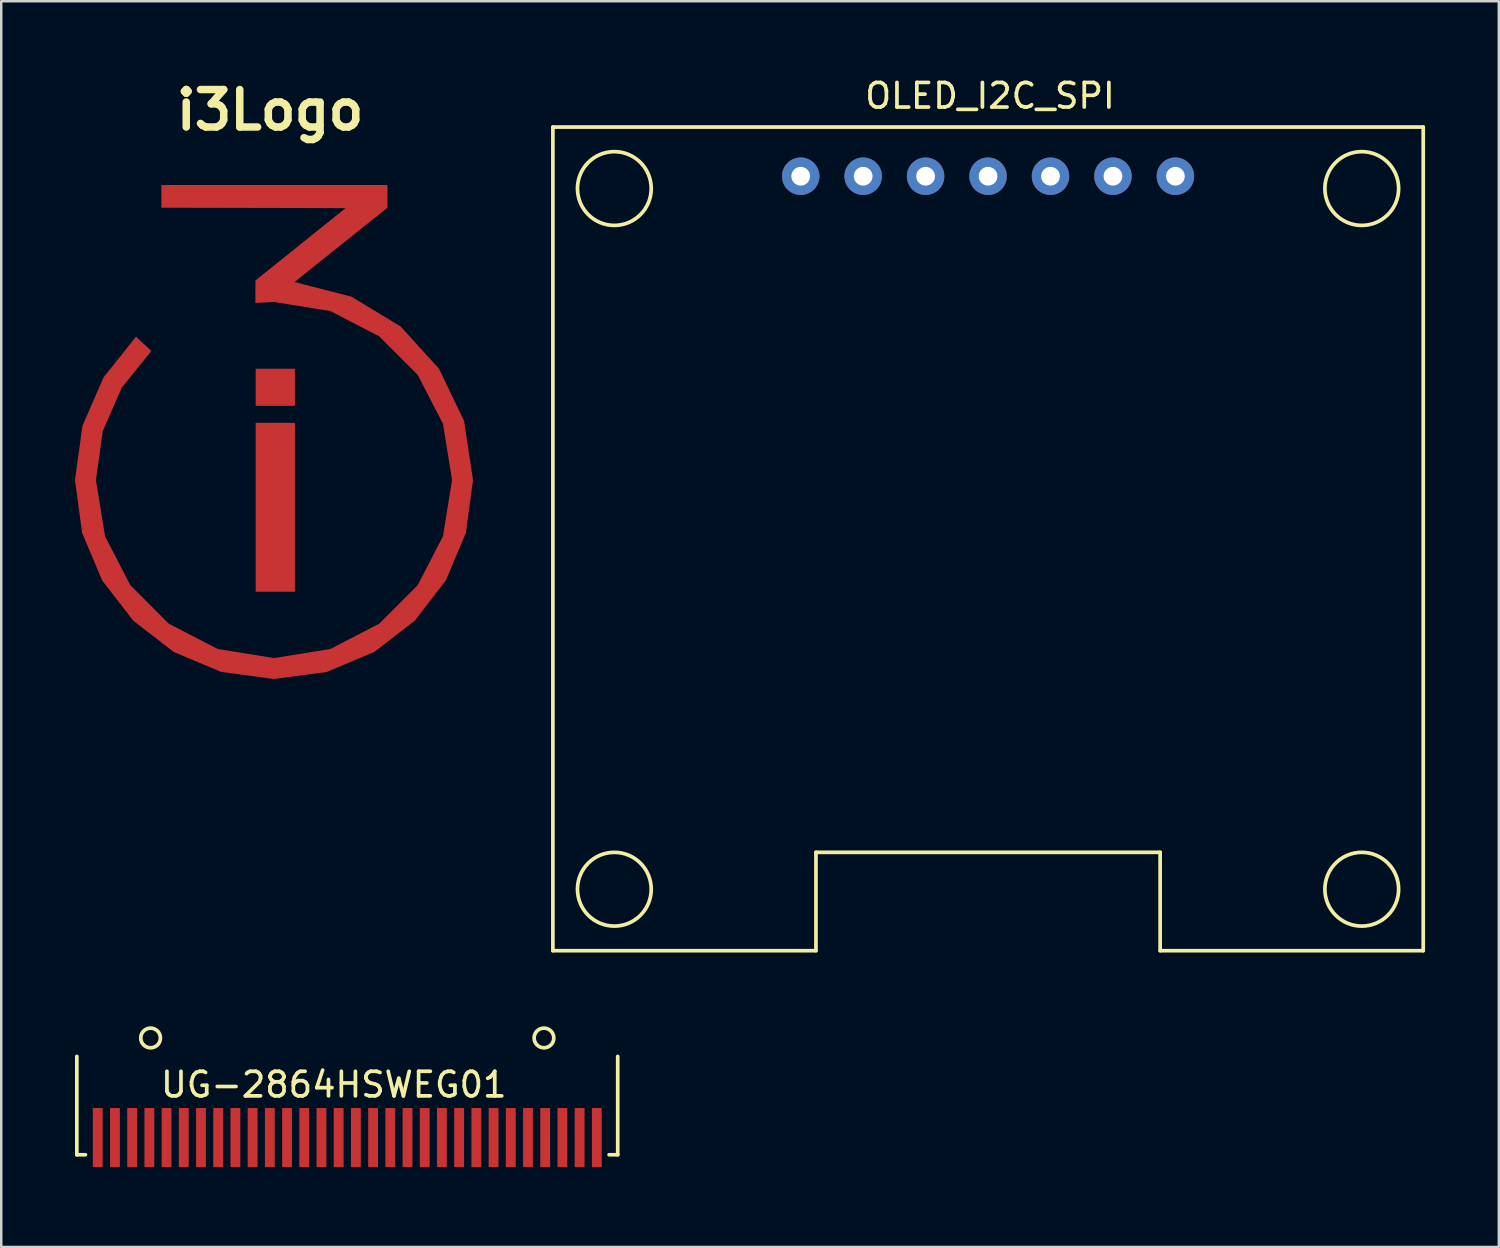
<source format=kicad_pcb>
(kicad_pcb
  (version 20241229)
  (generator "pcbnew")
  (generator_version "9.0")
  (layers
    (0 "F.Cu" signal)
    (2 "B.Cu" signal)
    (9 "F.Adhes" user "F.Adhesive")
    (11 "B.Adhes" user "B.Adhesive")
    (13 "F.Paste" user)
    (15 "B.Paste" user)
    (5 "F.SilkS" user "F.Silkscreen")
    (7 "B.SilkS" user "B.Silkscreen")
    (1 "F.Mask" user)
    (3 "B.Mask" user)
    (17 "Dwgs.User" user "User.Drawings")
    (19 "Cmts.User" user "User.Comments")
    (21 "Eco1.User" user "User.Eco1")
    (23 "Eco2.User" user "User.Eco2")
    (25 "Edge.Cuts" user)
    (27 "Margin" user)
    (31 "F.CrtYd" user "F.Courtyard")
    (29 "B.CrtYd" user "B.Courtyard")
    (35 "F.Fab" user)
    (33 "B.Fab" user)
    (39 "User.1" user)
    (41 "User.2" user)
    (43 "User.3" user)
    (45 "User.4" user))
  (footprint "i3Logo"
    (layer "F.Cu")
    (at 7.936 14.699)
    (property "Reference" "i3Logo" (at 0 -13.272 0) (layer "F.SilkS") (effects (font (size 1.524 1.524) (thickness 0.305))))
    (attr smd)
    (fp_poly (pts (xy -0.587 -2.752) (xy 1.01 -2.752) (xy 1.01 -1.243) (xy -0.587 -1.243) (xy -0.587 -2.752)) (stroke (width 0) (type solid)) (fill yes) (layer "F.Cu"))
    (fp_poly (pts (xy -0.587 -0.551) (xy 1.01 -0.551) (xy 1.01 6.319) (xy -0.587 6.319) (xy -0.587 -0.551)) (stroke (width 0) (type solid)) (fill yes) (layer "F.Cu"))
    (fp_poly (pts (xy 0.993 -6.277) (xy 4.774 -9.301) (xy 4.774 -10.224) (xy -4.421 -10.224) (xy -4.421 -9.301) (xy 3.07 -9.284) (xy -0.596 -6.342) (xy -0.599 -5.427) (xy 0.158 -5.467) (xy 2.448 -5.098) (xy 4.436 -4.07) (xy 6.003 -2.502) (xy 7.031 -0.514) (xy 7.401 1.775) (xy 7.031 4.064) (xy 6.003 6.052) (xy 4.436 7.62) (xy 2.448 8.648) (xy 0.158 9.017) (xy -2.131 8.648) (xy -4.119 7.62) (xy -5.686 6.052) (xy -6.714 4.064) (xy -7.084 1.775) (xy -6.807 -0.211) (xy -6.03 -1.986) (xy -4.829 -3.473) (xy -5.454 -4.054) (xy -6.777 -2.397) (xy -7.632 -0.427) (xy -7.936 1.775) (xy -7.646 3.926) (xy -6.83 5.86) (xy -5.565 7.498) (xy -3.927 8.764) (xy -1.993 9.58) (xy 0.158 9.869) (xy 2.31 9.58) (xy 4.244 8.764) (xy 5.882 7.498) (xy 7.147 5.86) (xy 7.963 3.926) (xy 8.253 1.775) (xy 7.889 -0.631) (xy 6.872 -2.749) (xy 5.31 -4.469) (xy 3.314 -5.681) (xy 0.993 -6.277)) (stroke (width 0) (type solid)) (fill yes) (layer "F.Cu"))
    (fp_poly (pts (xy -0.752 -2.826) (xy -0.752 -1.074) (xy 1.171 -1.074) (xy 1.171 -2.909) (xy -0.752 -2.909) (xy -0.752 -2.868) (xy -0.752 -2.826)) (stroke (width 0) (type solid)) (fill yes) (layer "F.Mask"))
    (fp_poly (pts (xy -0.752 -0.635) (xy -0.752 1.727) (xy -0.752 4.09) (xy -0.752 6.453) (xy 1.171 6.453) (xy 1.171 4.062) (xy 1.171 1.672) (xy 1.171 -0.719) (xy -0.752 -0.719) (xy -0.752 -0.677) (xy -0.752 -0.635)) (stroke (width 0) (type solid)) (fill yes) (layer "F.Mask"))
    (fp_poly (pts (xy -4.495 -10.104) (xy -4.495 -8.955) (xy -2.151 -8.949) (xy 0.194 -8.944) (xy 2.538 -8.938) (xy 0.895 -7.619) (xy -0.749 -6.299) (xy -0.753 -5.142) (xy 1.676 -5.031) (xy 3.917 -4.089) (xy 5.699 -2.429) (xy 6.746 -0.397) (xy 7.081 1.865) (xy 6.661 4.112) (xy 5.54 6.08) (xy 3.85 7.587) (xy 1.764 8.467) (xy -0.46 8.626) (xy -2.619 8.078) (xy -4.489 6.869) (xy -5.835 5.209) (xy -6.614 3.221) (xy -6.746 1.09) (xy -6.042 -1.37) (xy -4.492 -3.414) (xy -5.344 -4.206) (xy -6.644 -2.662) (xy -7.515 -0.842) (xy -7.918 1.135) (xy -7.814 3.151) (xy -7.211 5.079) (xy -6.147 6.797) (xy -4.698 8.205) (xy -2.943 9.206) (xy -1.036 9.729) (xy 0.94 9.776) (xy 2.87 9.352) (xy 4.637 8.464) (xy 6.111 7.2) (xy 7.242 5.621) (xy 7.972 3.822) (xy 8.244 1.899) (xy 7.905 -0.584) (xy 6.827 -2.846) (xy 5.108 -4.669) (xy 3.344 -5.708) (xy 1.376 -6.271) (xy 3.106 -7.655) (xy 4.836 -9.039) (xy 4.836 -10.186) (xy 2.503 -10.186) (xy 0.171 -10.186) (xy -2.162 -10.186) (xy -4.495 -10.186) (xy -4.495 -10.145) (xy -4.495 -10.104)) (stroke (width 0) (type solid)) (fill yes) (layer "F.Mask")))
  (footprint "OLED_I2C_SPI"
    (layer "F.Cu")
    (at 19.438 2.118)
    (property "Reference" "OLED_I2C_SPI" (at 17.78 -1.27 0) (layer "F.SilkS") (effects (font (size 1 1) (thickness 0.15))))
    (attr through_hole)
    (fp_line (start 0 0) (end 0 33.5) (stroke (width 0.15) (type solid)) (layer "F.SilkS"))
    (fp_line (start 0 33.5) (end 10.7 33.5) (stroke (width 0.15) (type solid)) (layer "F.SilkS"))
    (fp_line (start 10.7 29.5) (end 24.7 29.5) (stroke (width 0.15) (type solid)) (layer "F.SilkS"))
    (fp_line (start 10.7 33.5) (end 10.7 29.5) (stroke (width 0.15) (type solid)) (layer "F.SilkS"))
    (fp_line (start 24.7 29.5) (end 24.7 33.5) (stroke (width 0.15) (type solid)) (layer "F.SilkS"))
    (fp_line (start 35.4 0) (end 0 0) (stroke (width 0.15) (type solid)) (layer "F.SilkS"))
    (fp_line (start 35.4 33.5) (end 24.7 33.5) (stroke (width 0.15) (type solid)) (layer "F.SilkS"))
    (fp_line (start 35.4 33.5) (end 35.4 0) (stroke (width 0.15) (type solid)) (layer "F.SilkS"))
    (fp_circle (center 2.5 2.5) (end 2.5 1) (stroke (width 0.15) (type solid)) (fill no) (layer "F.SilkS"))
    (fp_circle (center 2.5 31) (end 2.5 32.5) (stroke (width 0.15) (type solid)) (fill no) (layer "F.SilkS"))
    (fp_circle (center 32.9 2.5) (end 32.9 1) (stroke (width 0.15) (type solid)) (fill no) (layer "F.SilkS"))
    (fp_circle (center 32.9 31) (end 32.9 32.5) (stroke (width 0.15) (type solid)) (fill no) (layer "F.SilkS"))
    (pad "1" thru_hole circle (at 10.08 2) (size 1.524 1.524) (drill 0.762) (layers "*.Cu" "*.Mask"))
    (pad "2" thru_hole circle (at 12.62 2) (size 1.524 1.524) (drill 0.762) (layers "*.Cu" "*.Mask"))
    (pad "3" thru_hole circle (at 15.16 2) (size 1.524 1.524) (drill 0.762) (layers "*.Cu" "*.Mask"))
    (pad "4" thru_hole circle (at 17.7 2) (size 1.524 1.524) (drill 0.762) (layers "*.Cu" "*.Mask"))
    (pad "5" thru_hole circle (at 20.24 2) (size 1.524 1.524) (drill 0.762) (layers "*.Cu" "*.Mask"))
    (pad "6" thru_hole circle (at 22.78 2) (size 1.524 1.524) (drill 0.762) (layers "*.Cu" "*.Mask"))
    (pad "7" thru_hole circle (at 25.32 2) (size 1.524 1.524) (drill 0.762) (layers "*.Cu" "*.Mask")))
  (footprint "UG-2864HSWEG01"
    (layer "F.Cu")
    (at 0.925 44.418)
    (property "Reference" "UG-2864HSWEG01" (at 9.6 -3.35 0) (layer "F.SilkS") (effects (font (size 1 1) (thickness 0.15))))
    (attr through_hole)
    (fp_line (start -0.85 -0.5) (end -0.85 -4.5) (stroke (width 0.15) (type solid)) (layer "F.SilkS"))
    (fp_line (start -0.85 -0.5) (end -0.5 -0.5) (stroke (width 0.15) (type solid)) (layer "F.SilkS"))
    (fp_line (start 20.8 -0.5) (end 21.15 -0.5) (stroke (width 0.15) (type solid)) (layer "F.SilkS"))
    (fp_line (start 21.15 -0.5) (end 21.15 -4.5) (stroke (width 0.15) (type solid)) (layer "F.SilkS"))
    (fp_circle (center 2.15 -5.25) (end 2.55 -5.25) (stroke (width 0.15) (type solid)) (fill no) (layer "F.SilkS"))
    (fp_circle (center 18.15 -5.25) (end 18.55 -5.25) (stroke (width 0.15) (type solid)) (fill no) (layer "F.SilkS"))
    (pad "1" smd rect (at 0 -1.2) (size 0.4 2.4) (layers "F.Cu" "F.Mask" "F.Paste"))
    (pad "2" smd rect (at 0.7 -1.2) (size 0.4 2.4) (layers "F.Cu" "F.Mask" "F.Paste"))
    (pad "3" smd rect (at 1.4 -1.2) (size 0.4 2.4) (layers "F.Cu" "F.Mask" "F.Paste"))
    (pad "4" smd rect (at 2.1 -1.2) (size 0.4 2.4) (layers "F.Cu" "F.Mask" "F.Paste"))
    (pad "5" smd rect (at 2.8 -1.2) (size 0.4 2.4) (layers "F.Cu" "F.Mask" "F.Paste"))
    (pad "6" smd rect (at 3.5 -1.2) (size 0.4 2.4) (layers "F.Cu" "F.Mask" "F.Paste"))
    (pad "7" smd rect (at 4.2 -1.2) (size 0.4 2.4) (layers "F.Cu" "F.Mask" "F.Paste"))
    (pad "8" smd rect (at 4.9 -1.2) (size 0.4 2.4) (layers "F.Cu" "F.Mask" "F.Paste"))
    (pad "9" smd rect (at 5.6 -1.2) (size 0.4 2.4) (layers "F.Cu" "F.Mask" "F.Paste"))
    (pad "10" smd rect (at 6.3 -1.2) (size 0.4 2.4) (layers "F.Cu" "F.Mask" "F.Paste"))
    (pad "11" smd rect (at 7 -1.2) (size 0.4 2.4) (layers "F.Cu" "F.Mask" "F.Paste"))
    (pad "12" smd rect (at 7.7 -1.2) (size 0.4 2.4) (layers "F.Cu" "F.Mask" "F.Paste"))
    (pad "13" smd rect (at 8.4 -1.2) (size 0.4 2.4) (layers "F.Cu" "F.Mask" "F.Paste"))
    (pad "14" smd rect (at 9.1 -1.2) (size 0.4 2.4) (layers "F.Cu" "F.Mask" "F.Paste"))
    (pad "15" smd rect (at 9.8 -1.2) (size 0.4 2.4) (layers "F.Cu" "F.Mask" "F.Paste"))
    (pad "16" smd rect (at 10.5 -1.2) (size 0.4 2.4) (layers "F.Cu" "F.Mask" "F.Paste"))
    (pad "17" smd rect (at 11.2 -1.2) (size 0.4 2.4) (layers "F.Cu" "F.Mask" "F.Paste"))
    (pad "18" smd rect (at 11.9 -1.2) (size 0.4 2.4) (layers "F.Cu" "F.Mask" "F.Paste"))
    (pad "19" smd rect (at 12.6 -1.2) (size 0.4 2.4) (layers "F.Cu" "F.Mask" "F.Paste"))
    (pad "20" smd rect (at 13.3 -1.2) (size 0.4 2.4) (layers "F.Cu" "F.Mask" "F.Paste"))
    (pad "21" smd rect (at 14 -1.2) (size 0.4 2.4) (layers "F.Cu" "F.Mask" "F.Paste"))
    (pad "22" smd rect (at 14.7 -1.2) (size 0.4 2.4) (layers "F.Cu" "F.Mask" "F.Paste"))
    (pad "23" smd rect (at 15.4 -1.2) (size 0.4 2.4) (layers "F.Cu" "F.Mask" "F.Paste"))
    (pad "24" smd rect (at 16.1 -1.2) (size 0.4 2.4) (layers "F.Cu" "F.Mask" "F.Paste"))
    (pad "25" smd rect (at 16.8 -1.2) (size 0.4 2.4) (layers "F.Cu" "F.Mask" "F.Paste"))
    (pad "26" smd rect (at 17.5 -1.2) (size 0.4 2.4) (layers "F.Cu" "F.Mask" "F.Paste"))
    (pad "27" smd rect (at 18.2 -1.2) (size 0.4 2.4) (layers "F.Cu" "F.Mask" "F.Paste"))
    (pad "28" smd rect (at 18.9 -1.2) (size 0.4 2.4) (layers "F.Cu" "F.Mask" "F.Paste"))
    (pad "29" smd rect (at 19.6 -1.2) (size 0.4 2.4) (layers "F.Cu" "F.Mask" "F.Paste"))
    (pad "30" smd rect (at 20.3 -1.2) (size 0.4 2.4) (layers "F.Cu" "F.Mask" "F.Paste")))
  (gr_rect
    (start -3 -3)
    (end 57.913 47.668)
    (stroke (width 0.1) (type default))
    (fill no)
    (layer "Edge.Cuts")))
</source>
